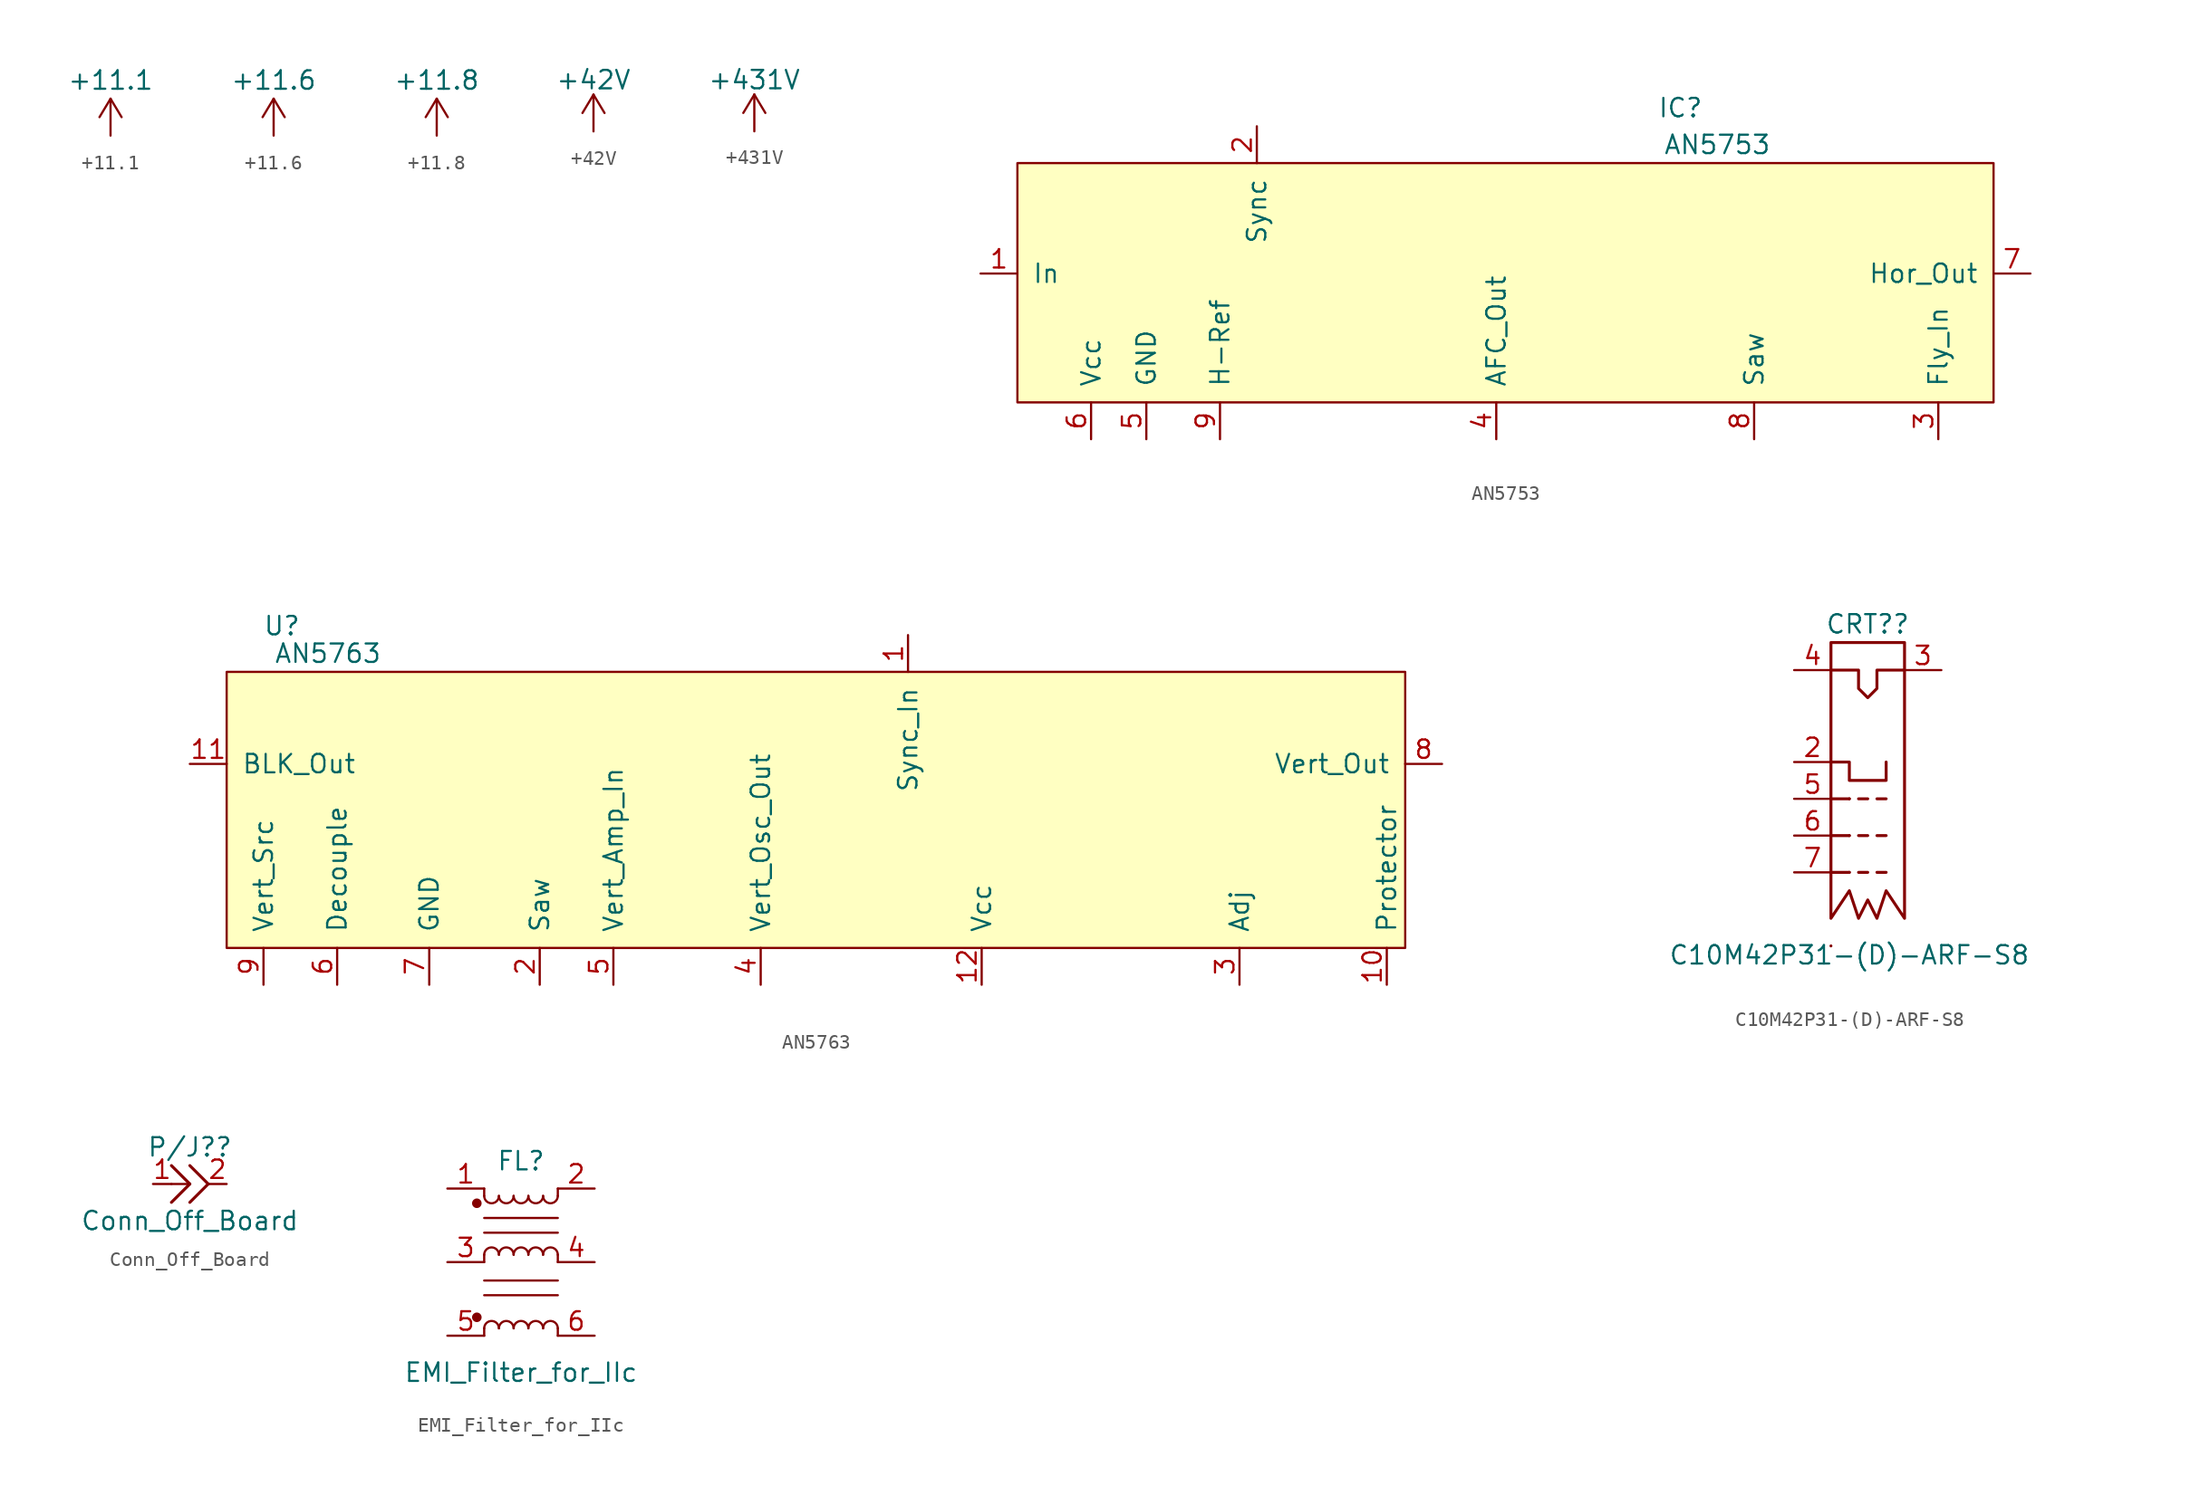
<source format=kicad_sym>
(kicad_symbol_lib
  (version 20220914)
  (generator kicad_symbol_editor)
  (symbol "+11.1"
    (power)
    (pin_names
      (offset 0))
    (property "Reference" "#PWR"
      (at 0 -3.81 0)
      (effects (font (size 1.27 1.27)) hide))
    (property "Value" "+11.1"
      (at 0 3.81 0)
      (effects (font (size 1.27 1.27))))
    (symbol "+11.1_0_1"
      (polyline (pts (xy -0.762 1.27) (xy 0 2.54)) (stroke (width 0) (type solid)) (fill (type none)))
      (polyline (pts (xy 0 0) (xy 0 2.54)) (stroke (width 0) (type solid)) (fill (type none)))
      (polyline (pts (xy 0 2.54) (xy 0.762 1.27)) (stroke (width 0) (type solid)) (fill (type none))))
    (symbol "+11.1_1_1"
      (pin power_in line (at 0 0 90) (length 0) hide (name "+12C" (effects (font (size 1.27 1.27)))) (number "1" (effects (font (size 1.27 1.27)))))))
  (symbol "+11.6"
    (power)
    (pin_names
      (offset 0))
    (property "Reference" "#PWR"
      (at 0 -3.81 0)
      (effects (font (size 1.27 1.27)) hide))
    (property "Value" "+11.6"
      (at 0 3.81 0)
      (effects (font (size 1.27 1.27))))
    (symbol "+11.6_0_1"
      (polyline (pts (xy -0.762 1.27) (xy 0 2.54)) (stroke (width 0) (type solid)) (fill (type none)))
      (polyline (pts (xy 0 0) (xy 0 2.54)) (stroke (width 0) (type solid)) (fill (type none)))
      (polyline (pts (xy 0 2.54) (xy 0.762 1.27)) (stroke (width 0) (type solid)) (fill (type none))))
    (symbol "+11.6_1_1"
      (pin power_in line (at 0 0 90) (length 0) hide (name "+12C" (effects (font (size 1.27 1.27)))) (number "1" (effects (font (size 1.27 1.27)))))))
  (symbol "+11.8"
    (power)
    (pin_names
      (offset 0))
    (property "Reference" "#PWR"
      (at 0 -3.81 0)
      (effects (font (size 1.27 1.27)) hide))
    (property "Value" "+11.8"
      (at 0 3.81 0)
      (effects (font (size 1.27 1.27))))
    (symbol "+11.8_0_1"
      (polyline (pts (xy -0.762 1.27) (xy 0 2.54)) (stroke (width 0) (type solid)) (fill (type none)))
      (polyline (pts (xy 0 0) (xy 0 2.54)) (stroke (width 0) (type solid)) (fill (type none)))
      (polyline (pts (xy 0 2.54) (xy 0.762 1.27)) (stroke (width 0) (type solid)) (fill (type none))))
    (symbol "+11.8_1_1"
      (pin power_in line (at 0 0 90) (length 0) hide (name "+12C" (effects (font (size 1.27 1.27)))) (number "1" (effects (font (size 1.27 1.27)))))))
  (symbol "+42V"
    (power)
    (pin_names
      (offset 0))
    (property "Reference" "#PWR"
      (at 0 -3.81 0)
      (effects (font (size 1.27 1.27)) hide))
    (property "Value" "+42V"
      (at 0 3.556 0)
      (effects (font (size 1.27 1.27))))
    (symbol "+42V_0_1"
      (polyline (pts (xy -0.762 1.27) (xy 0 2.54)) (stroke (width 0) (type solid)) (fill (type none)))
      (polyline (pts (xy 0 0) (xy 0 2.54)) (stroke (width 0) (type solid)) (fill (type none)))
      (polyline (pts (xy 0 2.54) (xy 0.762 1.27)) (stroke (width 0) (type solid)) (fill (type none))))
    (symbol "+42V_1_1"
      (pin power_in line (at 0 0 90) (length 0) hide (name "+48V" (effects (font (size 1.27 1.27)))) (number "1" (effects (font (size 1.27 1.27)))))))
  (symbol "+431V"
    (power)
    (pin_numbers hide)
    (pin_names
      (offset 0))
    (property "Reference" "#PWR"
      (at 0 -3.81 0)
      (effects (font (size 1.27 1.27)) hide))
    (property "Value" "+431V"
      (at 0 3.556 0)
      (effects (font (size 1.27 1.27))))
    (symbol "+431V_0_1"
      (polyline (pts (xy -0.762 1.27) (xy 0 2.54)) (stroke (width 0) (type solid)) (fill (type none)))
      (polyline (pts (xy 0 0) (xy 0 2.54)) (stroke (width 0) (type solid)) (fill (type none)))
      (polyline (pts (xy 0 2.54) (xy 0.762 1.27)) (stroke (width 0) (type solid)) (fill (type none))))
    (symbol "+431V_1_1"
      (pin power_in line (at 0 0 90) (length 0) hide (name "+3V3" (effects (font (size 1.27 1.27)))) (number "1" (effects (font (size 1.27 1.27)))))))
  (symbol "AN5753"
    (pin_names
      (offset 1.016))
    (property "Reference" "IC"
      (at 19.05 11.43 0)
      (effects (font (size 1.27 1.27))))
    (property "Value" "AN5753"
      (at 21.59 8.89 0)
      (effects (font (size 1.27 1.27))))
    (symbol "AN5753_0_1"
      (rectangle (start 40.64 -8.89) (end -26.67 7.62) (stroke (width 0) (type solid)) (fill (type background))))
    (symbol "AN5753_1_1"
      (pin input line (at -29.21 0 0) (length 2.54) (name "In" (effects (font (size 1.27 1.27)))) (number "1" (effects (font (size 1.27 1.27)))))
      (pin input line (at -10.16 10.16 270) (length 2.54) (name "Sync" (effects (font (size 1.27 1.27)))) (number "2" (effects (font (size 1.27 1.27)))))
      (pin input line (at 36.83 -11.43 90) (length 2.54) (name "Fly_In" (effects (font (size 1.27 1.27)))) (number "3" (effects (font (size 1.27 1.27)))))
      (pin input line (at 6.35 -11.43 90) (length 2.54) (name "AFC_Out" (effects (font (size 1.27 1.27)))) (number "4" (effects (font (size 1.27 1.27)))))
      (pin input line (at -17.78 -11.43 90) (length 2.54) (name "GND" (effects (font (size 1.27 1.27)))) (number "5" (effects (font (size 1.27 1.27)))))
      (pin input line (at -21.59 -11.43 90) (length 2.54) (name "Vcc" (effects (font (size 1.27 1.27)))) (number "6" (effects (font (size 1.27 1.27)))))
      (pin input line (at 43.18 0 180) (length 2.54) (name "Hor_Out" (effects (font (size 1.27 1.27)))) (number "7" (effects (font (size 1.27 1.27)))))
      (pin input line (at 24.13 -11.43 90) (length 2.54) (name "Saw" (effects (font (size 1.27 1.27)))) (number "8" (effects (font (size 1.27 1.27)))))
      (pin input line (at -12.7 -11.43 90) (length 2.54) (name "H-Ref" (effects (font (size 1.27 1.27)))) (number "9" (effects (font (size 1.27 1.27)))))))
  (symbol "AN5763"
    (pin_names
      (offset 1.016))
    (property "Reference" "U"
      (at -35.56 13.335 0)
      (effects (font (size 1.27 1.27))))
    (property "Value" "AN5763"
      (at -32.385 11.43 0)
      (effects (font (size 1.27 1.27))))
    (symbol "AN5763_0_1"
      (rectangle (start 41.91 -8.89) (end -39.37 10.16) (stroke (width 0) (type solid)) (fill (type background))))
    (symbol "AN5763_1_1"
      (pin input line (at 7.62 12.7 270) (length 2.54) (name "Sync_In" (effects (font (size 1.27 1.27)))) (number "1" (effects (font (size 1.27 1.27)))))
      (pin input line (at 40.64 -11.43 90) (length 2.54) (name "Protector" (effects (font (size 1.27 1.27)))) (number "10" (effects (font (size 1.27 1.27)))))
      (pin input line (at -41.91 3.81 0) (length 2.54) (name "BLK_Out" (effects (font (size 1.27 1.27)))) (number "11" (effects (font (size 1.27 1.27)))))
      (pin input line (at 12.7 -11.43 90) (length 2.54) (name "Vcc" (effects (font (size 1.27 1.27)))) (number "12" (effects (font (size 1.27 1.27)))))
      (pin input line (at -17.78 -11.43 90) (length 2.54) (name "Saw" (effects (font (size 1.27 1.27)))) (number "2" (effects (font (size 1.27 1.27)))))
      (pin input line (at 30.48 -11.43 90) (length 2.54) (name "Adj" (effects (font (size 1.27 1.27)))) (number "3" (effects (font (size 1.27 1.27)))))
      (pin input line (at -2.54 -11.43 90) (length 2.54) (name "Vert_Osc_Out" (effects (font (size 1.27 1.27)))) (number "4" (effects (font (size 1.27 1.27)))))
      (pin input line (at -12.7 -11.43 90) (length 2.54) (name "Vert_Amp_In" (effects (font (size 1.27 1.27)))) (number "5" (effects (font (size 1.27 1.27)))))
      (pin input line (at -31.75 -11.43 90) (length 2.54) (name "Decouple" (effects (font (size 1.27 1.27)))) (number "6" (effects (font (size 1.27 1.27)))))
      (pin input line (at -25.4 -11.43 90) (length 2.54) (name "GND" (effects (font (size 1.27 1.27)))) (number "7" (effects (font (size 1.27 1.27)))))
      (pin input line (at 44.45 3.81 180) (length 2.54) (name "Vert_Out" (effects (font (size 1.27 1.27)))) (number "8" (effects (font (size 1.27 1.27)))))
      (pin input line (at -36.83 -11.43 90) (length 2.54) (name "Vert_Src" (effects (font (size 1.27 1.27)))) (number "9" (effects (font (size 1.27 1.27)))))))
  (symbol "C10M42P31-(D)-ARF-S8"
    (pin_names
      (offset 1.016))
    (property "Reference" "CRT?"
      (at 0 12.065 0)
      (effects (font (size 1.27 1.27))))
    (property "Value" "C10M42P31-(D)-ARF-S8"
      (at -1.27 -10.795 0)
      (effects (font (size 1.27 1.27))))
    (symbol "C10M42P31-(D)-ARF-S8_0_1"
      (polyline (pts (xy -2.54 -10.16) (xy -2.54 -10.16)) (stroke (width 0.203) (type solid)) (fill (type none)))
      (polyline (pts (xy -2.54 0) (xy -1.27 0)) (stroke (width 0.203) (type solid)) (fill (type none)))
      (polyline (pts (xy -1.27 0) (xy -1.27 0)) (stroke (width 0.203) (type solid)) (fill (type none)))
      (polyline (pts (xy -0.635 0) (xy 0 0)) (stroke (width 0.203) (type solid)) (fill (type none)))
      (polyline (pts (xy 0.635 0) (xy 1.27 0)) (stroke (width 0.203) (type solid)) (fill (type none)))
      (polyline (pts (xy -2.54 2.54) (xy -1.27 2.54) (xy -1.27 1.27) (xy 1.27 1.27) (xy 1.27 2.54)) (stroke (width 0.203) (type solid)) (fill (type none)))
      (polyline (pts (xy -2.54 8.89) (xy -0.635 8.89) (xy -0.635 7.62) (xy 0 6.985) (xy 0.635 7.62) (xy 0.635 8.89) (xy 2.54 8.89)) (stroke (width 0.203) (type solid)) (fill (type none)))
      (polyline (pts (xy -2.54 -8.255) (xy -2.54 10.795) (xy 2.54 10.795) (xy 2.54 -8.255) (xy 1.27 -6.35) (xy 0.635 -8.255) (xy 0 -6.985) (xy -0.635 -8.255) (xy -1.27 -6.35) (xy -2.54 -8.255)) (stroke (width 0.203) (type solid)) (fill (type none))))
    (symbol "C10M42P31-(D)-ARF-S8_1_1"
      (polyline (pts (xy -2.54 -5.08) (xy -1.27 -5.08)) (stroke (width 0.203) (type solid)) (fill (type none)))
      (polyline (pts (xy -2.54 -2.54) (xy -1.27 -2.54)) (stroke (width 0.203) (type solid)) (fill (type none)))
      (polyline (pts (xy -1.27 -5.08) (xy -1.27 -5.08)) (stroke (width 0.203) (type solid)) (fill (type none)))
      (polyline (pts (xy -1.27 -2.54) (xy -1.27 -2.54)) (stroke (width 0.203) (type solid)) (fill (type none)))
      (polyline (pts (xy -0.635 -5.08) (xy 0 -5.08)) (stroke (width 0.203) (type solid)) (fill (type none)))
      (polyline (pts (xy -0.635 -2.54) (xy 0 -2.54)) (stroke (width 0.203) (type solid)) (fill (type none)))
      (polyline (pts (xy 0.635 -5.08) (xy 1.27 -5.08)) (stroke (width 0.203) (type solid)) (fill (type none)))
      (polyline (pts (xy 0.635 -2.54) (xy 1.27 -2.54)) (stroke (width 0.203) (type solid)) (fill (type none)))
      (pin input line (at -5.08 2.54 0) (length 2.54) (name "~" (effects (font (size 1.27 1.27)))) (number "2" (effects (font (size 1.27 1.27)))))
      (pin input line (at 5.08 8.89 180) (length 2.54) (name "~" (effects (font (size 1.27 1.27)))) (number "3" (effects (font (size 1.27 1.27)))))
      (pin input line (at -5.08 8.89 0) (length 2.54) (name "~" (effects (font (size 1.27 1.27)))) (number "4" (effects (font (size 1.27 1.27)))))
      (pin input line (at -5.08 0 0) (length 2.54) (name "~" (effects (font (size 1.27 1.27)))) (number "5" (effects (font (size 1.27 1.27)))))
      (pin input line (at -5.08 -2.54 0) (length 2.54) (name "~" (effects (font (size 1.27 1.27)))) (number "6" (effects (font (size 1.27 1.27)))))
      (pin input line (at -5.08 -5.08 0) (length 2.54) (name "~" (effects (font (size 1.27 1.27)))) (number "7" (effects (font (size 1.27 1.27)))))))
  (symbol "Conn_Off_Board"
    (pin_names
      (offset 1.016))
    (property "Reference" "P/J?"
      (at 0 2.54 0)
      (effects (font (size 1.27 1.27))))
    (property "Value" "Conn_Off_Board"
      (at 0 -2.54 0)
      (effects (font (size 1.27 1.27))))
    (symbol "Conn_Off_Board_0_1"
      (polyline (pts (xy -1.27 0) (xy 0 0)) (stroke (width 0) (type solid)) (fill (type none)))
      (polyline (pts (xy 0 0) (xy -1.27 -1.27)) (stroke (width 0.203) (type solid)) (fill (type none)))
      (polyline (pts (xy 0 0) (xy -1.27 1.27)) (stroke (width 0.203) (type solid)) (fill (type none)))
      (polyline (pts (xy 1.27 0) (xy 0 -1.27)) (stroke (width 0.203) (type solid)) (fill (type none)))
      (polyline (pts (xy 1.27 0) (xy 0 1.27)) (stroke (width 0.203) (type solid)) (fill (type none))))
    (symbol "Conn_Off_Board_1_1"
      (pin passive line (at -2.54 0 0) (length 1.27) (name "~" (effects (font (size 1.27 1.27)))) (number "1" (effects (font (size 1.27 1.27)))))
      (pin passive line (at 2.54 0 180) (length 1.27) (name "~" (effects (font (size 1.27 1.27)))) (number "2" (effects (font (size 1.27 1.27)))))))
  (symbol "EMI_Filter_for_IIc"
    (pin_names
      (offset 0.254) hide)
    (property "Reference" "FL"
      (at 0 4.445 0)
      (effects (font (size 1.27 1.27))))
    (property "Value" "EMI_Filter_for_IIc"
      (at 0 -10.16 0)
      (effects (font (size 1.27 1.27))))
    (symbol "EMI_Filter_for_IIc_0_1"
      (circle (center -3.048 1.524) (radius 0.254) (stroke (width 0) (type solid)) (fill (type outline)))
      (arc (start -2.54 2.032) (mid -2.032 1.5262) (end -1.524 2.032) (stroke (width 0) (type solid)) (fill (type none)))
      (arc (start -1.524 -2.032) (mid -2.032 -1.5262) (end -2.54 -2.032) (stroke (width 0) (type solid)) (fill (type none)))
      (arc (start -1.524 2.032) (mid -1.016 1.5262) (end -0.508 2.032) (stroke (width 0) (type solid)) (fill (type none)))
      (arc (start -0.508 -2.032) (mid -1.016 -1.5262) (end -1.524 -2.032) (stroke (width 0) (type solid)) (fill (type none)))
      (arc (start -0.508 2.032) (mid 0 1.5262) (end 0.508 2.032) (stroke (width 0) (type solid)) (fill (type none)))
      (polyline (pts (xy -2.54 -2.032) (xy -2.54 -2.54)) (stroke (width 0) (type solid)) (fill (type none)))
      (polyline (pts (xy -2.54 0.508) (xy 2.54 0.508)) (stroke (width 0) (type solid)) (fill (type none)))
      (polyline (pts (xy -2.54 2.032) (xy -2.54 2.54)) (stroke (width 0) (type solid)) (fill (type none)))
      (polyline (pts (xy 2.54 -2.032) (xy 2.54 -2.54)) (stroke (width 0) (type solid)) (fill (type none)))
      (polyline (pts (xy 2.54 -0.508) (xy -2.54 -0.508)) (stroke (width 0) (type solid)) (fill (type none)))
      (polyline (pts (xy 2.54 2.54) (xy 2.54 2.032)) (stroke (width 0) (type solid)) (fill (type none)))
      (arc (start 0.508 -2.032) (mid 0 -1.5262) (end -0.508 -2.032) (stroke (width 0) (type solid)) (fill (type none)))
      (arc (start 0.508 2.032) (mid 1.016 1.5262) (end 1.524 2.032) (stroke (width 0) (type solid)) (fill (type none)))
      (arc (start 1.524 -2.032) (mid 1.016 -1.5262) (end 0.508 -2.032) (stroke (width 0) (type solid)) (fill (type none)))
      (arc (start 1.524 2.032) (mid 2.032 1.5262) (end 2.54 2.032) (stroke (width 0) (type solid)) (fill (type none)))
      (arc (start 2.54 -2.032) (mid 2.032 -1.5262) (end 1.524 -2.032) (stroke (width 0) (type solid)) (fill (type none))))
    (symbol "EMI_Filter_for_IIc_1_1"
      (circle (center -3.048 -6.35) (radius 0.254) (stroke (width 0) (type solid)) (fill (type outline)))
      (arc (start -1.524 -7.112) (mid -2.032 -6.6062) (end -2.54 -7.112) (stroke (width 0) (type solid)) (fill (type none)))
      (arc (start -0.508 -7.112) (mid -1.016 -6.6062) (end -1.524 -7.112) (stroke (width 0) (type solid)) (fill (type none)))
      (polyline (pts (xy -2.54 -7.112) (xy -2.54 -7.62)) (stroke (width 0) (type solid)) (fill (type none)))
      (polyline (pts (xy -2.54 -3.81) (xy 2.54 -3.81)) (stroke (width 0) (type solid)) (fill (type none)))
      (polyline (pts (xy 2.54 -7.112) (xy 2.54 -7.62)) (stroke (width 0) (type solid)) (fill (type none)))
      (polyline (pts (xy 2.54 -4.826) (xy -2.54 -4.826)) (stroke (width 0) (type solid)) (fill (type none)))
      (arc (start 0.508 -7.112) (mid 0 -6.6062) (end -0.508 -7.112) (stroke (width 0) (type solid)) (fill (type none)))
      (arc (start 1.524 -7.112) (mid 1.016 -6.6062) (end 0.508 -7.112) (stroke (width 0) (type solid)) (fill (type none)))
      (arc (start 2.54 -7.112) (mid 2.032 -6.6062) (end 1.524 -7.112) (stroke (width 0) (type solid)) (fill (type none)))
      (pin passive line (at -5.08 2.54 0) (length 2.54) (name "1" (effects (font (size 1.27 1.27)))) (number "1" (effects (font (size 1.27 1.27)))))
      (pin passive line (at 5.08 2.54 180) (length 2.54) (name "2" (effects (font (size 1.27 1.27)))) (number "2" (effects (font (size 1.27 1.27)))))
      (pin passive line (at -5.08 -2.54 0) (length 2.54) (name "3" (effects (font (size 1.27 1.27)))) (number "3" (effects (font (size 1.27 1.27)))))
      (pin passive line (at 5.08 -2.54 180) (length 2.54) (name "4" (effects (font (size 1.27 1.27)))) (number "4" (effects (font (size 1.27 1.27)))))
      (pin passive line (at -5.08 -7.62 0) (length 2.54) (name "5" (effects (font (size 1.27 1.27)))) (number "5" (effects (font (size 1.27 1.27)))))
      (pin passive line (at 5.08 -7.62 180) (length 2.54) (name "6" (effects (font (size 1.27 1.27)))) (number "6" (effects (font (size 1.27 1.27))))))))
</source>
